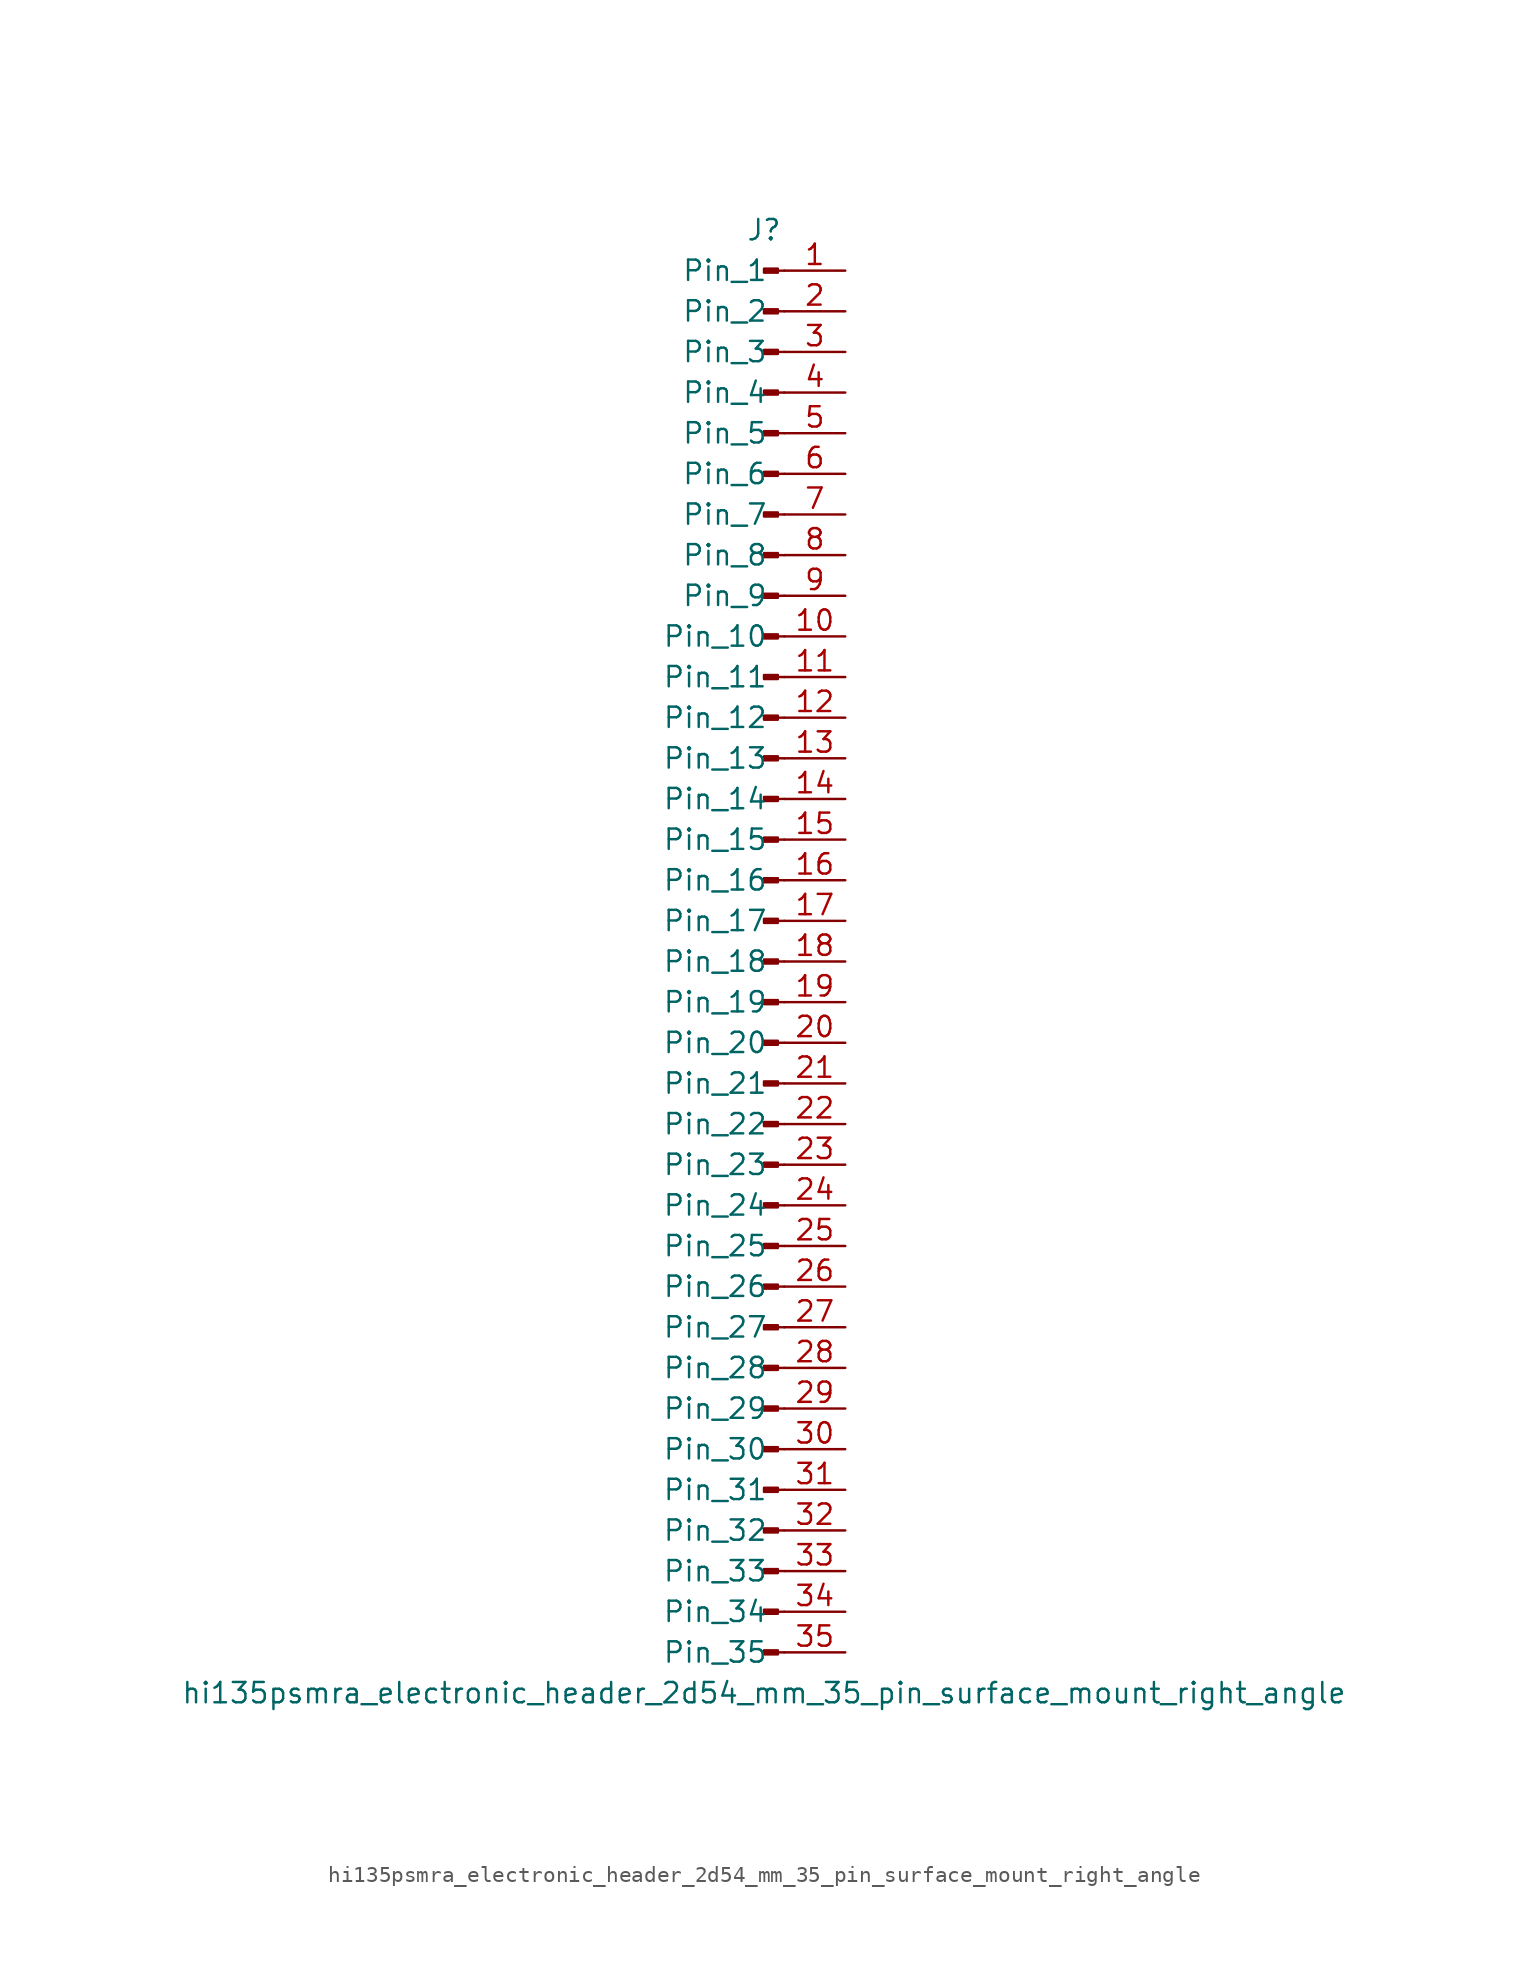
<source format=kicad_sym>
(kicad_symbol_lib
  (version 20220914)
  (generator kicad_symbol_editor)
  (symbol "hi135psmra_electronic_header_2d54_mm_35_pin_surface_mount_right_angle"
    (pin_names
      (offset 1.016))
    (property "Reference" "J"
      (at 0 45.72 0)
      (effects (font (size 1.27 1.27))))
    (property "Value" "hi135psmra_electronic_header_2d54_mm_35_pin_surface_mount_right_angle"
      (at 0 -45.72 0)
      (effects (font (size 1.27 1.27))))
    (property "ki_locked" ""
      (at 0 0 0)
      (effects (font (size 1.27 1.27))))
    (symbol "hi135psmra_electronic_header_2d54_mm_35_pin_surface_mount_right_angle_1_1"
      (polyline (pts (xy 1.27 -43.18) (xy 0.864 -43.18)) (stroke (width 0.152) (type default)) (fill (type none)))
      (polyline (pts (xy 1.27 -40.64) (xy 0.864 -40.64)) (stroke (width 0.152) (type default)) (fill (type none)))
      (polyline (pts (xy 1.27 -38.1) (xy 0.864 -38.1)) (stroke (width 0.152) (type default)) (fill (type none)))
      (polyline (pts (xy 1.27 -35.56) (xy 0.864 -35.56)) (stroke (width 0.152) (type default)) (fill (type none)))
      (polyline (pts (xy 1.27 -33.02) (xy 0.864 -33.02)) (stroke (width 0.152) (type default)) (fill (type none)))
      (polyline (pts (xy 1.27 -30.48) (xy 0.864 -30.48)) (stroke (width 0.152) (type default)) (fill (type none)))
      (polyline (pts (xy 1.27 -27.94) (xy 0.864 -27.94)) (stroke (width 0.152) (type default)) (fill (type none)))
      (polyline (pts (xy 1.27 -25.4) (xy 0.864 -25.4)) (stroke (width 0.152) (type default)) (fill (type none)))
      (polyline (pts (xy 1.27 -22.86) (xy 0.864 -22.86)) (stroke (width 0.152) (type default)) (fill (type none)))
      (polyline (pts (xy 1.27 -20.32) (xy 0.864 -20.32)) (stroke (width 0.152) (type default)) (fill (type none)))
      (polyline (pts (xy 1.27 -17.78) (xy 0.864 -17.78)) (stroke (width 0.152) (type default)) (fill (type none)))
      (polyline (pts (xy 1.27 -15.24) (xy 0.864 -15.24)) (stroke (width 0.152) (type default)) (fill (type none)))
      (polyline (pts (xy 1.27 -12.7) (xy 0.864 -12.7)) (stroke (width 0.152) (type default)) (fill (type none)))
      (polyline (pts (xy 1.27 -10.16) (xy 0.864 -10.16)) (stroke (width 0.152) (type default)) (fill (type none)))
      (polyline (pts (xy 1.27 -7.62) (xy 0.864 -7.62)) (stroke (width 0.152) (type default)) (fill (type none)))
      (polyline (pts (xy 1.27 -5.08) (xy 0.864 -5.08)) (stroke (width 0.152) (type default)) (fill (type none)))
      (polyline (pts (xy 1.27 -2.54) (xy 0.864 -2.54)) (stroke (width 0.152) (type default)) (fill (type none)))
      (polyline (pts (xy 1.27 0) (xy 0.864 0)) (stroke (width 0.152) (type default)) (fill (type none)))
      (polyline (pts (xy 1.27 2.54) (xy 0.864 2.54)) (stroke (width 0.152) (type default)) (fill (type none)))
      (polyline (pts (xy 1.27 5.08) (xy 0.864 5.08)) (stroke (width 0.152) (type default)) (fill (type none)))
      (polyline (pts (xy 1.27 7.62) (xy 0.864 7.62)) (stroke (width 0.152) (type default)) (fill (type none)))
      (polyline (pts (xy 1.27 10.16) (xy 0.864 10.16)) (stroke (width 0.152) (type default)) (fill (type none)))
      (polyline (pts (xy 1.27 12.7) (xy 0.864 12.7)) (stroke (width 0.152) (type default)) (fill (type none)))
      (polyline (pts (xy 1.27 15.24) (xy 0.864 15.24)) (stroke (width 0.152) (type default)) (fill (type none)))
      (polyline (pts (xy 1.27 17.78) (xy 0.864 17.78)) (stroke (width 0.152) (type default)) (fill (type none)))
      (polyline (pts (xy 1.27 20.32) (xy 0.864 20.32)) (stroke (width 0.152) (type default)) (fill (type none)))
      (polyline (pts (xy 1.27 22.86) (xy 0.864 22.86)) (stroke (width 0.152) (type default)) (fill (type none)))
      (polyline (pts (xy 1.27 25.4) (xy 0.864 25.4)) (stroke (width 0.152) (type default)) (fill (type none)))
      (polyline (pts (xy 1.27 27.94) (xy 0.864 27.94)) (stroke (width 0.152) (type default)) (fill (type none)))
      (polyline (pts (xy 1.27 30.48) (xy 0.864 30.48)) (stroke (width 0.152) (type default)) (fill (type none)))
      (polyline (pts (xy 1.27 33.02) (xy 0.864 33.02)) (stroke (width 0.152) (type default)) (fill (type none)))
      (polyline (pts (xy 1.27 35.56) (xy 0.864 35.56)) (stroke (width 0.152) (type default)) (fill (type none)))
      (polyline (pts (xy 1.27 38.1) (xy 0.864 38.1)) (stroke (width 0.152) (type default)) (fill (type none)))
      (polyline (pts (xy 1.27 40.64) (xy 0.864 40.64)) (stroke (width 0.152) (type default)) (fill (type none)))
      (polyline (pts (xy 1.27 43.18) (xy 0.864 43.18)) (stroke (width 0.152) (type default)) (fill (type none)))
      (rectangle (start 0.864 -43.053) (end 0 -43.307) (stroke (width 0.152) (type default)) (fill (type outline)))
      (rectangle (start 0.864 -40.513) (end 0 -40.767) (stroke (width 0.152) (type default)) (fill (type outline)))
      (rectangle (start 0.864 -37.973) (end 0 -38.227) (stroke (width 0.152) (type default)) (fill (type outline)))
      (rectangle (start 0.864 -35.433) (end 0 -35.687) (stroke (width 0.152) (type default)) (fill (type outline)))
      (rectangle (start 0.864 -32.893) (end 0 -33.147) (stroke (width 0.152) (type default)) (fill (type outline)))
      (rectangle (start 0.864 -30.353) (end 0 -30.607) (stroke (width 0.152) (type default)) (fill (type outline)))
      (rectangle (start 0.864 -27.813) (end 0 -28.067) (stroke (width 0.152) (type default)) (fill (type outline)))
      (rectangle (start 0.864 -25.273) (end 0 -25.527) (stroke (width 0.152) (type default)) (fill (type outline)))
      (rectangle (start 0.864 -22.733) (end 0 -22.987) (stroke (width 0.152) (type default)) (fill (type outline)))
      (rectangle (start 0.864 -20.193) (end 0 -20.447) (stroke (width 0.152) (type default)) (fill (type outline)))
      (rectangle (start 0.864 -17.653) (end 0 -17.907) (stroke (width 0.152) (type default)) (fill (type outline)))
      (rectangle (start 0.864 -15.113) (end 0 -15.367) (stroke (width 0.152) (type default)) (fill (type outline)))
      (rectangle (start 0.864 -12.573) (end 0 -12.827) (stroke (width 0.152) (type default)) (fill (type outline)))
      (rectangle (start 0.864 -10.033) (end 0 -10.287) (stroke (width 0.152) (type default)) (fill (type outline)))
      (rectangle (start 0.864 -7.493) (end 0 -7.747) (stroke (width 0.152) (type default)) (fill (type outline)))
      (rectangle (start 0.864 -4.953) (end 0 -5.207) (stroke (width 0.152) (type default)) (fill (type outline)))
      (rectangle (start 0.864 -2.413) (end 0 -2.667) (stroke (width 0.152) (type default)) (fill (type outline)))
      (rectangle (start 0.864 0.127) (end 0 -0.127) (stroke (width 0.152) (type default)) (fill (type outline)))
      (rectangle (start 0.864 2.667) (end 0 2.413) (stroke (width 0.152) (type default)) (fill (type outline)))
      (rectangle (start 0.864 5.207) (end 0 4.953) (stroke (width 0.152) (type default)) (fill (type outline)))
      (rectangle (start 0.864 7.747) (end 0 7.493) (stroke (width 0.152) (type default)) (fill (type outline)))
      (rectangle (start 0.864 10.287) (end 0 10.033) (stroke (width 0.152) (type default)) (fill (type outline)))
      (rectangle (start 0.864 12.827) (end 0 12.573) (stroke (width 0.152) (type default)) (fill (type outline)))
      (rectangle (start 0.864 15.367) (end 0 15.113) (stroke (width 0.152) (type default)) (fill (type outline)))
      (rectangle (start 0.864 17.907) (end 0 17.653) (stroke (width 0.152) (type default)) (fill (type outline)))
      (rectangle (start 0.864 20.447) (end 0 20.193) (stroke (width 0.152) (type default)) (fill (type outline)))
      (rectangle (start 0.864 22.987) (end 0 22.733) (stroke (width 0.152) (type default)) (fill (type outline)))
      (rectangle (start 0.864 25.527) (end 0 25.273) (stroke (width 0.152) (type default)) (fill (type outline)))
      (rectangle (start 0.864 28.067) (end 0 27.813) (stroke (width 0.152) (type default)) (fill (type outline)))
      (rectangle (start 0.864 30.607) (end 0 30.353) (stroke (width 0.152) (type default)) (fill (type outline)))
      (rectangle (start 0.864 33.147) (end 0 32.893) (stroke (width 0.152) (type default)) (fill (type outline)))
      (rectangle (start 0.864 35.687) (end 0 35.433) (stroke (width 0.152) (type default)) (fill (type outline)))
      (rectangle (start 0.864 38.227) (end 0 37.973) (stroke (width 0.152) (type default)) (fill (type outline)))
      (rectangle (start 0.864 40.767) (end 0 40.513) (stroke (width 0.152) (type default)) (fill (type outline)))
      (rectangle (start 0.864 43.307) (end 0 43.053) (stroke (width 0.152) (type default)) (fill (type outline)))
      (pin passive line (at 5.08 43.18 180) (length 3.81) (name "Pin_1" (effects (font (size 1.27 1.27)))) (number "1" (effects (font (size 1.27 1.27)))))
      (pin passive line (at 5.08 20.32 180) (length 3.81) (name "Pin_10" (effects (font (size 1.27 1.27)))) (number "10" (effects (font (size 1.27 1.27)))))
      (pin passive line (at 5.08 17.78 180) (length 3.81) (name "Pin_11" (effects (font (size 1.27 1.27)))) (number "11" (effects (font (size 1.27 1.27)))))
      (pin passive line (at 5.08 15.24 180) (length 3.81) (name "Pin_12" (effects (font (size 1.27 1.27)))) (number "12" (effects (font (size 1.27 1.27)))))
      (pin passive line (at 5.08 12.7 180) (length 3.81) (name "Pin_13" (effects (font (size 1.27 1.27)))) (number "13" (effects (font (size 1.27 1.27)))))
      (pin passive line (at 5.08 10.16 180) (length 3.81) (name "Pin_14" (effects (font (size 1.27 1.27)))) (number "14" (effects (font (size 1.27 1.27)))))
      (pin passive line (at 5.08 7.62 180) (length 3.81) (name "Pin_15" (effects (font (size 1.27 1.27)))) (number "15" (effects (font (size 1.27 1.27)))))
      (pin passive line (at 5.08 5.08 180) (length 3.81) (name "Pin_16" (effects (font (size 1.27 1.27)))) (number "16" (effects (font (size 1.27 1.27)))))
      (pin passive line (at 5.08 2.54 180) (length 3.81) (name "Pin_17" (effects (font (size 1.27 1.27)))) (number "17" (effects (font (size 1.27 1.27)))))
      (pin passive line (at 5.08 0 180) (length 3.81) (name "Pin_18" (effects (font (size 1.27 1.27)))) (number "18" (effects (font (size 1.27 1.27)))))
      (pin passive line (at 5.08 -2.54 180) (length 3.81) (name "Pin_19" (effects (font (size 1.27 1.27)))) (number "19" (effects (font (size 1.27 1.27)))))
      (pin passive line (at 5.08 40.64 180) (length 3.81) (name "Pin_2" (effects (font (size 1.27 1.27)))) (number "2" (effects (font (size 1.27 1.27)))))
      (pin passive line (at 5.08 -5.08 180) (length 3.81) (name "Pin_20" (effects (font (size 1.27 1.27)))) (number "20" (effects (font (size 1.27 1.27)))))
      (pin passive line (at 5.08 -7.62 180) (length 3.81) (name "Pin_21" (effects (font (size 1.27 1.27)))) (number "21" (effects (font (size 1.27 1.27)))))
      (pin passive line (at 5.08 -10.16 180) (length 3.81) (name "Pin_22" (effects (font (size 1.27 1.27)))) (number "22" (effects (font (size 1.27 1.27)))))
      (pin passive line (at 5.08 -12.7 180) (length 3.81) (name "Pin_23" (effects (font (size 1.27 1.27)))) (number "23" (effects (font (size 1.27 1.27)))))
      (pin passive line (at 5.08 -15.24 180) (length 3.81) (name "Pin_24" (effects (font (size 1.27 1.27)))) (number "24" (effects (font (size 1.27 1.27)))))
      (pin passive line (at 5.08 -17.78 180) (length 3.81) (name "Pin_25" (effects (font (size 1.27 1.27)))) (number "25" (effects (font (size 1.27 1.27)))))
      (pin passive line (at 5.08 -20.32 180) (length 3.81) (name "Pin_26" (effects (font (size 1.27 1.27)))) (number "26" (effects (font (size 1.27 1.27)))))
      (pin passive line (at 5.08 -22.86 180) (length 3.81) (name "Pin_27" (effects (font (size 1.27 1.27)))) (number "27" (effects (font (size 1.27 1.27)))))
      (pin passive line (at 5.08 -25.4 180) (length 3.81) (name "Pin_28" (effects (font (size 1.27 1.27)))) (number "28" (effects (font (size 1.27 1.27)))))
      (pin passive line (at 5.08 -27.94 180) (length 3.81) (name "Pin_29" (effects (font (size 1.27 1.27)))) (number "29" (effects (font (size 1.27 1.27)))))
      (pin passive line (at 5.08 38.1 180) (length 3.81) (name "Pin_3" (effects (font (size 1.27 1.27)))) (number "3" (effects (font (size 1.27 1.27)))))
      (pin passive line (at 5.08 -30.48 180) (length 3.81) (name "Pin_30" (effects (font (size 1.27 1.27)))) (number "30" (effects (font (size 1.27 1.27)))))
      (pin passive line (at 5.08 -33.02 180) (length 3.81) (name "Pin_31" (effects (font (size 1.27 1.27)))) (number "31" (effects (font (size 1.27 1.27)))))
      (pin passive line (at 5.08 -35.56 180) (length 3.81) (name "Pin_32" (effects (font (size 1.27 1.27)))) (number "32" (effects (font (size 1.27 1.27)))))
      (pin passive line (at 5.08 -38.1 180) (length 3.81) (name "Pin_33" (effects (font (size 1.27 1.27)))) (number "33" (effects (font (size 1.27 1.27)))))
      (pin passive line (at 5.08 -40.64 180) (length 3.81) (name "Pin_34" (effects (font (size 1.27 1.27)))) (number "34" (effects (font (size 1.27 1.27)))))
      (pin passive line (at 5.08 -43.18 180) (length 3.81) (name "Pin_35" (effects (font (size 1.27 1.27)))) (number "35" (effects (font (size 1.27 1.27)))))
      (pin passive line (at 5.08 35.56 180) (length 3.81) (name "Pin_4" (effects (font (size 1.27 1.27)))) (number "4" (effects (font (size 1.27 1.27)))))
      (pin passive line (at 5.08 33.02 180) (length 3.81) (name "Pin_5" (effects (font (size 1.27 1.27)))) (number "5" (effects (font (size 1.27 1.27)))))
      (pin passive line (at 5.08 30.48 180) (length 3.81) (name "Pin_6" (effects (font (size 1.27 1.27)))) (number "6" (effects (font (size 1.27 1.27)))))
      (pin passive line (at 5.08 27.94 180) (length 3.81) (name "Pin_7" (effects (font (size 1.27 1.27)))) (number "7" (effects (font (size 1.27 1.27)))))
      (pin passive line (at 5.08 25.4 180) (length 3.81) (name "Pin_8" (effects (font (size 1.27 1.27)))) (number "8" (effects (font (size 1.27 1.27)))))
      (pin passive line (at 5.08 22.86 180) (length 3.81) (name "Pin_9" (effects (font (size 1.27 1.27)))) (number "9" (effects (font (size 1.27 1.27))))))))
</source>
